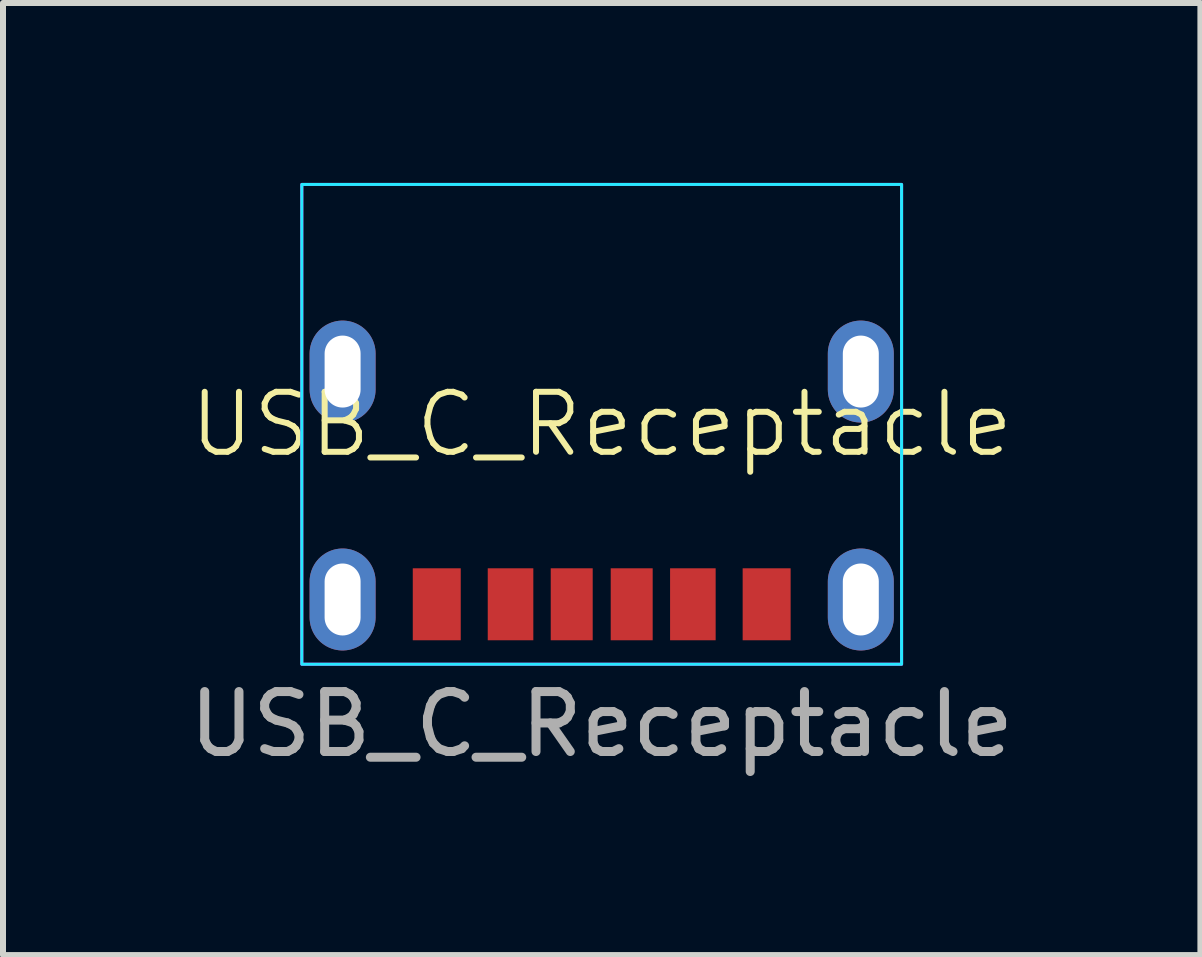
<source format=kicad_pcb>
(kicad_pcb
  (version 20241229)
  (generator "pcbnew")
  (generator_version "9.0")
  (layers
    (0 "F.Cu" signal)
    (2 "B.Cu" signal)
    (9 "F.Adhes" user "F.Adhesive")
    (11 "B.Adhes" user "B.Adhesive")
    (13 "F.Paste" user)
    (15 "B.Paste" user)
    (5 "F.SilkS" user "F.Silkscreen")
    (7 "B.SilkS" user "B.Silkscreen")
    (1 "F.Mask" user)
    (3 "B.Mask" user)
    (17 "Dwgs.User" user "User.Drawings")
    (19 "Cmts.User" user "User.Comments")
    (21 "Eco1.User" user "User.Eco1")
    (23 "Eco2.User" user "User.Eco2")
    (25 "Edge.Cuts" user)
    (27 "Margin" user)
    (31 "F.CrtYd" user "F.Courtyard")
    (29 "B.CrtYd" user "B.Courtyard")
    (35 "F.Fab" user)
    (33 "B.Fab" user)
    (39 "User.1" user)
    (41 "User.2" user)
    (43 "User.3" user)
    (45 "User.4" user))
  (footprint "USB_C_Receptacle"
    (layer "F.Cu")
    (at 6.982 4.025)
    (property "Reference" "USB_C_Receptacle" (at 0 0 0) (unlocked yes) (layer "F.SilkS") (effects (font (size 1 1) (thickness 0.1))))
    (attr smd)
    (fp_rect (start -5 -4) (end 5 4) (stroke (width 0.05) (type solid)) (fill no) (layer "B.CrtYd"))
    (fp_rect (start -5 -4) (end 5 4) (stroke (width 0.05) (type default)) (fill no) (layer "F.CrtYd"))
    (fp_text user "${REFERENCE}" (at 0 5 0) (unlocked yes) (layer "F.Fab") (effects (font (size 1 1) (thickness 0.15))))
    (pad "A5" smd rect (at 0.5 3 180) (size 0.7 1.2) (layers "F.Cu" "F.Mask" "F.Paste"))
    (pad "A9" smd rect (at -1.52 3 180) (size 0.76 1.2) (layers "F.Cu" "F.Mask" "F.Paste"))
    (pad "A12" smd rect (at -2.75 3 180) (size 0.8 1.2) (layers "F.Cu" "F.Mask" "F.Paste"))
    (pad "B5" smd rect (at -0.5 3 180) (size 0.7 1.2) (layers "F.Cu" "F.Mask" "F.Paste"))
    (pad "B9" smd rect (at 1.52 3 180) (size 0.76 1.2) (layers "F.Cu" "F.Mask" "F.Paste"))
    (pad "B12" smd rect (at 2.75 3 180) (size 0.8 1.2) (layers "F.Cu" "F.Mask" "F.Paste"))
    (pad "S1" thru_hole oval (at -4.32 -0.88 180) (size 1.1 1.7) (drill oval 0.6 1.2) (property pad_prop_heatsink) (layers "*.Cu" "*.Mask"))
    (pad "S1" thru_hole oval (at -4.32 2.92 180) (size 1.1 1.7) (drill oval 0.6 1.2) (property pad_prop_heatsink) (layers "*.Cu" "*.Mask"))
    (pad "S1" thru_hole oval (at 4.32 -0.88 180) (size 1.1 1.7) (drill oval 0.6 1.2) (property pad_prop_heatsink) (layers "*.Cu" "*.Mask"))
    (pad "S1" thru_hole oval (at 4.32 2.92 180) (size 1.1 1.7) (drill oval 0.6 1.2) (property pad_prop_heatsink) (layers "*.Cu" "*.Mask")))
  (gr_rect
    (start -3 -3)
    (end 16.964 12.873)
    (stroke (width 0.1) (type default))
    (fill no)
    (layer "Edge.Cuts")))
</source>
